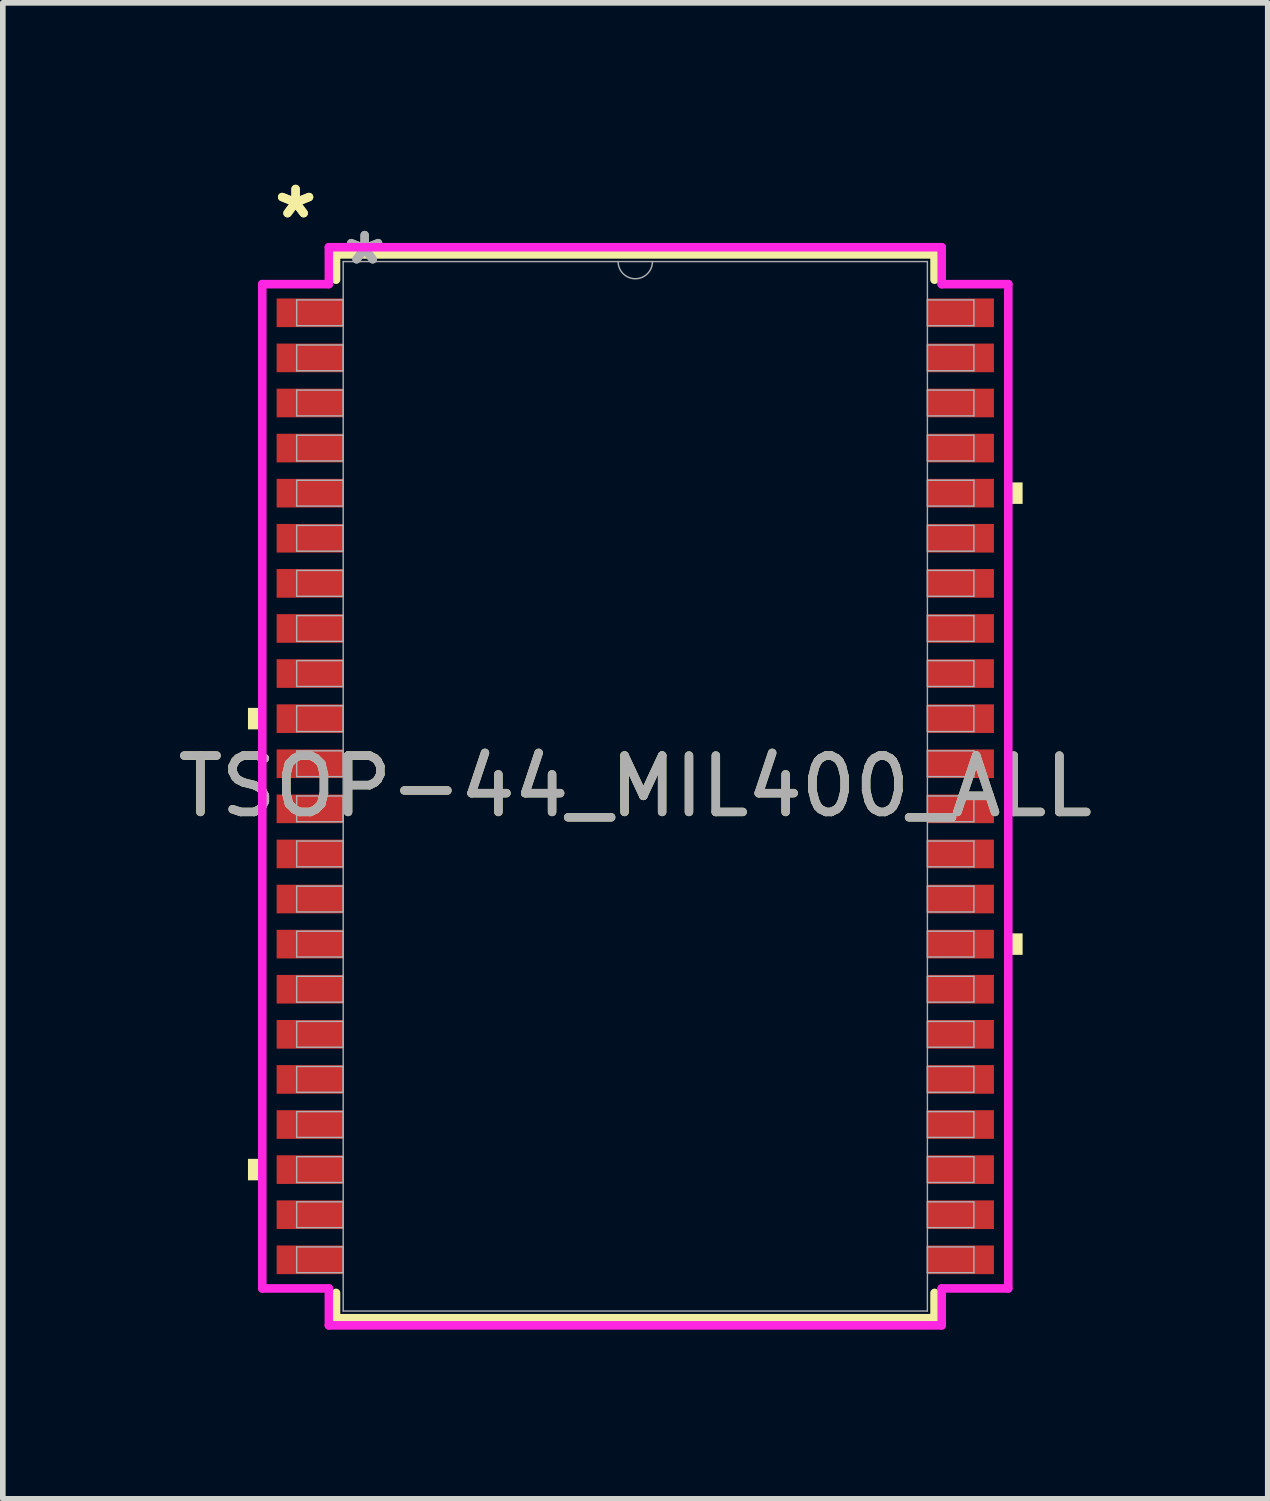
<source format=kicad_pcb>
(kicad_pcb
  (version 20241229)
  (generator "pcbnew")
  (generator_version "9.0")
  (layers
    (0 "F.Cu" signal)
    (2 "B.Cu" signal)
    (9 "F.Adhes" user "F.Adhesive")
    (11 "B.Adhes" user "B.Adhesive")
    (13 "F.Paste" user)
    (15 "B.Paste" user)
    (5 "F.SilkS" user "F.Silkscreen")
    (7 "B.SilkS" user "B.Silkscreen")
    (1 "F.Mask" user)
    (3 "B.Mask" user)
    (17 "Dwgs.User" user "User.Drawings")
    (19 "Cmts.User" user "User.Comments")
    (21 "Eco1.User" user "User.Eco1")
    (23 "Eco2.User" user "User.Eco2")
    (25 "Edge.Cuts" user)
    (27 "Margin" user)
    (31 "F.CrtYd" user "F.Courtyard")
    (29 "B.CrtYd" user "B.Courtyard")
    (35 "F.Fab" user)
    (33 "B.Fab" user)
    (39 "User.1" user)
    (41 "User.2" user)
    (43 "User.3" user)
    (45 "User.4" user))
  (footprint "TSOP-44_MIL400_ALL"
    (layer "F.Cu")
    (at 8.22 10.899)
    (property "Reference" "TSOP-44_MIL400_ALL" (at 0 0 0) (unlocked yes) (layer "F.SilkS") (effects (font (size 1 1) (thickness 0.15))))
    (attr smd)
    (fp_line (start -5.309 -9.436) (end -5.309 -8.987) (stroke (width 0.152) (type solid)) (layer "F.SilkS"))
    (fp_line (start -5.309 8.987) (end -5.309 9.436) (stroke (width 0.152) (type solid)) (layer "F.SilkS"))
    (fp_line (start -5.309 9.436) (end 5.309 9.436) (stroke (width 0.152) (type solid)) (layer "F.SilkS"))
    (fp_line (start 5.309 -9.436) (end -5.309 -9.436) (stroke (width 0.152) (type solid)) (layer "F.SilkS"))
    (fp_line (start 5.309 -8.987) (end 5.309 -9.436) (stroke (width 0.152) (type solid)) (layer "F.SilkS"))
    (fp_line (start 5.309 9.436) (end 5.309 8.987) (stroke (width 0.152) (type solid)) (layer "F.SilkS"))
    (fp_poly (pts (xy -6.871 -1.391) (xy -6.871 -1.01) (xy -6.617 -1.01) (xy -6.617 -1.391)) (stroke (width 0) (type solid)) (fill yes) (layer "F.SilkS"))
    (fp_poly (pts (xy -6.871 6.609) (xy -6.871 6.99) (xy -6.617 6.99) (xy -6.617 6.609)) (stroke (width 0) (type solid)) (fill yes) (layer "F.SilkS"))
    (fp_poly (pts (xy 6.871 -5.391) (xy 6.871 -5.01) (xy 6.617 -5.01) (xy 6.617 -5.391)) (stroke (width 0) (type solid)) (fill yes) (layer "F.SilkS"))
    (fp_poly (pts (xy 6.871 2.609) (xy 6.871 2.99) (xy 6.617 2.99) (xy 6.617 2.609)) (stroke (width 0) (type solid)) (fill yes) (layer "F.SilkS"))
    (fp_line (start -6.617 -8.908) (end -5.436 -8.908) (stroke (width 0.152) (type solid)) (layer "F.CrtYd"))
    (fp_line (start -6.617 8.908) (end -6.617 -8.908) (stroke (width 0.152) (type solid)) (layer "F.CrtYd"))
    (fp_line (start -6.617 8.908) (end -5.436 8.908) (stroke (width 0.152) (type solid)) (layer "F.CrtYd"))
    (fp_line (start -5.436 -9.563) (end 5.436 -9.563) (stroke (width 0.152) (type solid)) (layer "F.CrtYd"))
    (fp_line (start -5.436 -8.908) (end -5.436 -9.563) (stroke (width 0.152) (type solid)) (layer "F.CrtYd"))
    (fp_line (start -5.436 9.563) (end -5.436 8.908) (stroke (width 0.152) (type solid)) (layer "F.CrtYd"))
    (fp_line (start 5.436 -9.563) (end 5.436 -8.908) (stroke (width 0.152) (type solid)) (layer "F.CrtYd"))
    (fp_line (start 5.436 8.908) (end 5.436 9.563) (stroke (width 0.152) (type solid)) (layer "F.CrtYd"))
    (fp_line (start 5.436 9.563) (end -5.436 9.563) (stroke (width 0.152) (type solid)) (layer "F.CrtYd"))
    (fp_line (start 6.617 -8.908) (end 5.436 -8.908) (stroke (width 0.152) (type solid)) (layer "F.CrtYd"))
    (fp_line (start 6.617 -8.908) (end 6.617 8.908) (stroke (width 0.152) (type solid)) (layer "F.CrtYd"))
    (fp_line (start 6.617 8.908) (end 5.436 8.908) (stroke (width 0.152) (type solid)) (layer "F.CrtYd"))
    (fp_line (start -6.007 -8.629) (end -6.007 -8.171) (stroke (width 0.025) (type solid)) (layer "F.Fab"))
    (fp_line (start -6.007 -8.171) (end -5.182 -8.171) (stroke (width 0.025) (type solid)) (layer "F.Fab"))
    (fp_line (start -6.007 -7.829) (end -6.007 -7.371) (stroke (width 0.025) (type solid)) (layer "F.Fab"))
    (fp_line (start -6.007 -7.371) (end -5.182 -7.371) (stroke (width 0.025) (type solid)) (layer "F.Fab"))
    (fp_line (start -6.007 -7.029) (end -6.007 -6.571) (stroke (width 0.025) (type solid)) (layer "F.Fab"))
    (fp_line (start -6.007 -6.571) (end -5.182 -6.571) (stroke (width 0.025) (type solid)) (layer "F.Fab"))
    (fp_line (start -6.007 -6.229) (end -6.007 -5.771) (stroke (width 0.025) (type solid)) (layer "F.Fab"))
    (fp_line (start -6.007 -5.771) (end -5.182 -5.771) (stroke (width 0.025) (type solid)) (layer "F.Fab"))
    (fp_line (start -6.007 -5.429) (end -6.007 -4.971) (stroke (width 0.025) (type solid)) (layer "F.Fab"))
    (fp_line (start -6.007 -4.971) (end -5.182 -4.971) (stroke (width 0.025) (type solid)) (layer "F.Fab"))
    (fp_line (start -6.007 -4.629) (end -6.007 -4.171) (stroke (width 0.025) (type solid)) (layer "F.Fab"))
    (fp_line (start -6.007 -4.171) (end -5.182 -4.171) (stroke (width 0.025) (type solid)) (layer "F.Fab"))
    (fp_line (start -6.007 -3.829) (end -6.007 -3.371) (stroke (width 0.025) (type solid)) (layer "F.Fab"))
    (fp_line (start -6.007 -3.371) (end -5.182 -3.371) (stroke (width 0.025) (type solid)) (layer "F.Fab"))
    (fp_line (start -6.007 -3.029) (end -6.007 -2.571) (stroke (width 0.025) (type solid)) (layer "F.Fab"))
    (fp_line (start -6.007 -2.571) (end -5.182 -2.571) (stroke (width 0.025) (type solid)) (layer "F.Fab"))
    (fp_line (start -6.007 -2.229) (end -6.007 -1.771) (stroke (width 0.025) (type solid)) (layer "F.Fab"))
    (fp_line (start -6.007 -1.771) (end -5.182 -1.771) (stroke (width 0.025) (type solid)) (layer "F.Fab"))
    (fp_line (start -6.007 -1.429) (end -6.007 -0.971) (stroke (width 0.025) (type solid)) (layer "F.Fab"))
    (fp_line (start -6.007 -0.971) (end -5.182 -0.971) (stroke (width 0.025) (type solid)) (layer "F.Fab"))
    (fp_line (start -6.007 -0.629) (end -6.007 -0.171) (stroke (width 0.025) (type solid)) (layer "F.Fab"))
    (fp_line (start -6.007 -0.171) (end -5.182 -0.171) (stroke (width 0.025) (type solid)) (layer "F.Fab"))
    (fp_line (start -6.007 0.171) (end -6.007 0.629) (stroke (width 0.025) (type solid)) (layer "F.Fab"))
    (fp_line (start -6.007 0.629) (end -5.182 0.629) (stroke (width 0.025) (type solid)) (layer "F.Fab"))
    (fp_line (start -6.007 0.971) (end -6.007 1.429) (stroke (width 0.025) (type solid)) (layer "F.Fab"))
    (fp_line (start -6.007 1.429) (end -5.182 1.429) (stroke (width 0.025) (type solid)) (layer "F.Fab"))
    (fp_line (start -6.007 1.771) (end -6.007 2.229) (stroke (width 0.025) (type solid)) (layer "F.Fab"))
    (fp_line (start -6.007 2.229) (end -5.182 2.229) (stroke (width 0.025) (type solid)) (layer "F.Fab"))
    (fp_line (start -6.007 2.571) (end -6.007 3.029) (stroke (width 0.025) (type solid)) (layer "F.Fab"))
    (fp_line (start -6.007 3.029) (end -5.182 3.029) (stroke (width 0.025) (type solid)) (layer "F.Fab"))
    (fp_line (start -6.007 3.371) (end -6.007 3.829) (stroke (width 0.025) (type solid)) (layer "F.Fab"))
    (fp_line (start -6.007 3.829) (end -5.182 3.829) (stroke (width 0.025) (type solid)) (layer "F.Fab"))
    (fp_line (start -6.007 4.171) (end -6.007 4.629) (stroke (width 0.025) (type solid)) (layer "F.Fab"))
    (fp_line (start -6.007 4.629) (end -5.182 4.629) (stroke (width 0.025) (type solid)) (layer "F.Fab"))
    (fp_line (start -6.007 4.971) (end -6.007 5.429) (stroke (width 0.025) (type solid)) (layer "F.Fab"))
    (fp_line (start -6.007 5.429) (end -5.182 5.429) (stroke (width 0.025) (type solid)) (layer "F.Fab"))
    (fp_line (start -6.007 5.771) (end -6.007 6.229) (stroke (width 0.025) (type solid)) (layer "F.Fab"))
    (fp_line (start -6.007 6.229) (end -5.182 6.229) (stroke (width 0.025) (type solid)) (layer "F.Fab"))
    (fp_line (start -6.007 6.571) (end -6.007 7.029) (stroke (width 0.025) (type solid)) (layer "F.Fab"))
    (fp_line (start -6.007 7.029) (end -5.182 7.029) (stroke (width 0.025) (type solid)) (layer "F.Fab"))
    (fp_line (start -6.007 7.371) (end -6.007 7.829) (stroke (width 0.025) (type solid)) (layer "F.Fab"))
    (fp_line (start -6.007 7.829) (end -5.182 7.829) (stroke (width 0.025) (type solid)) (layer "F.Fab"))
    (fp_line (start -6.007 8.171) (end -6.007 8.629) (stroke (width 0.025) (type solid)) (layer "F.Fab"))
    (fp_line (start -6.007 8.629) (end -5.182 8.629) (stroke (width 0.025) (type solid)) (layer "F.Fab"))
    (fp_line (start -5.182 -9.309) (end -5.182 9.309) (stroke (width 0.025) (type solid)) (layer "F.Fab"))
    (fp_line (start -5.182 -8.629) (end -6.007 -8.629) (stroke (width 0.025) (type solid)) (layer "F.Fab"))
    (fp_line (start -5.182 -8.171) (end -5.182 -8.629) (stroke (width 0.025) (type solid)) (layer "F.Fab"))
    (fp_line (start -5.182 -7.829) (end -6.007 -7.829) (stroke (width 0.025) (type solid)) (layer "F.Fab"))
    (fp_line (start -5.182 -7.371) (end -5.182 -7.829) (stroke (width 0.025) (type solid)) (layer "F.Fab"))
    (fp_line (start -5.182 -7.029) (end -6.007 -7.029) (stroke (width 0.025) (type solid)) (layer "F.Fab"))
    (fp_line (start -5.182 -6.571) (end -5.182 -7.029) (stroke (width 0.025) (type solid)) (layer "F.Fab"))
    (fp_line (start -5.182 -6.229) (end -6.007 -6.229) (stroke (width 0.025) (type solid)) (layer "F.Fab"))
    (fp_line (start -5.182 -5.771) (end -5.182 -6.229) (stroke (width 0.025) (type solid)) (layer "F.Fab"))
    (fp_line (start -5.182 -5.429) (end -6.007 -5.429) (stroke (width 0.025) (type solid)) (layer "F.Fab"))
    (fp_line (start -5.182 -4.971) (end -5.182 -5.429) (stroke (width 0.025) (type solid)) (layer "F.Fab"))
    (fp_line (start -5.182 -4.629) (end -6.007 -4.629) (stroke (width 0.025) (type solid)) (layer "F.Fab"))
    (fp_line (start -5.182 -4.171) (end -5.182 -4.629) (stroke (width 0.025) (type solid)) (layer "F.Fab"))
    (fp_line (start -5.182 -3.829) (end -6.007 -3.829) (stroke (width 0.025) (type solid)) (layer "F.Fab"))
    (fp_line (start -5.182 -3.371) (end -5.182 -3.829) (stroke (width 0.025) (type solid)) (layer "F.Fab"))
    (fp_line (start -5.182 -3.029) (end -6.007 -3.029) (stroke (width 0.025) (type solid)) (layer "F.Fab"))
    (fp_line (start -5.182 -2.571) (end -5.182 -3.029) (stroke (width 0.025) (type solid)) (layer "F.Fab"))
    (fp_line (start -5.182 -2.229) (end -6.007 -2.229) (stroke (width 0.025) (type solid)) (layer "F.Fab"))
    (fp_line (start -5.182 -1.771) (end -5.182 -2.229) (stroke (width 0.025) (type solid)) (layer "F.Fab"))
    (fp_line (start -5.182 -1.429) (end -6.007 -1.429) (stroke (width 0.025) (type solid)) (layer "F.Fab"))
    (fp_line (start -5.182 -0.971) (end -5.182 -1.429) (stroke (width 0.025) (type solid)) (layer "F.Fab"))
    (fp_line (start -5.182 -0.629) (end -6.007 -0.629) (stroke (width 0.025) (type solid)) (layer "F.Fab"))
    (fp_line (start -5.182 -0.171) (end -5.182 -0.629) (stroke (width 0.025) (type solid)) (layer "F.Fab"))
    (fp_line (start -5.182 0.171) (end -6.007 0.171) (stroke (width 0.025) (type solid)) (layer "F.Fab"))
    (fp_line (start -5.182 0.629) (end -5.182 0.171) (stroke (width 0.025) (type solid)) (layer "F.Fab"))
    (fp_line (start -5.182 0.971) (end -6.007 0.971) (stroke (width 0.025) (type solid)) (layer "F.Fab"))
    (fp_line (start -5.182 1.429) (end -5.182 0.971) (stroke (width 0.025) (type solid)) (layer "F.Fab"))
    (fp_line (start -5.182 1.771) (end -6.007 1.771) (stroke (width 0.025) (type solid)) (layer "F.Fab"))
    (fp_line (start -5.182 2.229) (end -5.182 1.771) (stroke (width 0.025) (type solid)) (layer "F.Fab"))
    (fp_line (start -5.182 2.571) (end -6.007 2.571) (stroke (width 0.025) (type solid)) (layer "F.Fab"))
    (fp_line (start -5.182 3.029) (end -5.182 2.571) (stroke (width 0.025) (type solid)) (layer "F.Fab"))
    (fp_line (start -5.182 3.371) (end -6.007 3.371) (stroke (width 0.025) (type solid)) (layer "F.Fab"))
    (fp_line (start -5.182 3.829) (end -5.182 3.371) (stroke (width 0.025) (type solid)) (layer "F.Fab"))
    (fp_line (start -5.182 4.171) (end -6.007 4.171) (stroke (width 0.025) (type solid)) (layer "F.Fab"))
    (fp_line (start -5.182 4.629) (end -5.182 4.171) (stroke (width 0.025) (type solid)) (layer "F.Fab"))
    (fp_line (start -5.182 4.971) (end -6.007 4.971) (stroke (width 0.025) (type solid)) (layer "F.Fab"))
    (fp_line (start -5.182 5.429) (end -5.182 4.971) (stroke (width 0.025) (type solid)) (layer "F.Fab"))
    (fp_line (start -5.182 5.771) (end -6.007 5.771) (stroke (width 0.025) (type solid)) (layer "F.Fab"))
    (fp_line (start -5.182 6.229) (end -5.182 5.771) (stroke (width 0.025) (type solid)) (layer "F.Fab"))
    (fp_line (start -5.182 6.571) (end -6.007 6.571) (stroke (width 0.025) (type solid)) (layer "F.Fab"))
    (fp_line (start -5.182 7.029) (end -5.182 6.571) (stroke (width 0.025) (type solid)) (layer "F.Fab"))
    (fp_line (start -5.182 7.371) (end -6.007 7.371) (stroke (width 0.025) (type solid)) (layer "F.Fab"))
    (fp_line (start -5.182 7.829) (end -5.182 7.371) (stroke (width 0.025) (type solid)) (layer "F.Fab"))
    (fp_line (start -5.182 8.171) (end -6.007 8.171) (stroke (width 0.025) (type solid)) (layer "F.Fab"))
    (fp_line (start -5.182 8.629) (end -5.182 8.171) (stroke (width 0.025) (type solid)) (layer "F.Fab"))
    (fp_line (start -5.182 9.309) (end 5.182 9.309) (stroke (width 0.025) (type solid)) (layer "F.Fab"))
    (fp_line (start 5.182 -9.309) (end -5.182 -9.309) (stroke (width 0.025) (type solid)) (layer "F.Fab"))
    (fp_line (start 5.182 -8.629) (end 5.182 -8.171) (stroke (width 0.025) (type solid)) (layer "F.Fab"))
    (fp_line (start 5.182 -8.171) (end 6.007 -8.171) (stroke (width 0.025) (type solid)) (layer "F.Fab"))
    (fp_line (start 5.182 -7.829) (end 5.182 -7.371) (stroke (width 0.025) (type solid)) (layer "F.Fab"))
    (fp_line (start 5.182 -7.371) (end 6.007 -7.371) (stroke (width 0.025) (type solid)) (layer "F.Fab"))
    (fp_line (start 5.182 -7.029) (end 5.182 -6.571) (stroke (width 0.025) (type solid)) (layer "F.Fab"))
    (fp_line (start 5.182 -6.571) (end 6.007 -6.571) (stroke (width 0.025) (type solid)) (layer "F.Fab"))
    (fp_line (start 5.182 -6.229) (end 5.182 -5.771) (stroke (width 0.025) (type solid)) (layer "F.Fab"))
    (fp_line (start 5.182 -5.771) (end 6.007 -5.771) (stroke (width 0.025) (type solid)) (layer "F.Fab"))
    (fp_line (start 5.182 -5.429) (end 5.182 -4.971) (stroke (width 0.025) (type solid)) (layer "F.Fab"))
    (fp_line (start 5.182 -4.971) (end 6.007 -4.971) (stroke (width 0.025) (type solid)) (layer "F.Fab"))
    (fp_line (start 5.182 -4.629) (end 5.182 -4.171) (stroke (width 0.025) (type solid)) (layer "F.Fab"))
    (fp_line (start 5.182 -4.171) (end 6.007 -4.171) (stroke (width 0.025) (type solid)) (layer "F.Fab"))
    (fp_line (start 5.182 -3.829) (end 5.182 -3.371) (stroke (width 0.025) (type solid)) (layer "F.Fab"))
    (fp_line (start 5.182 -3.371) (end 6.007 -3.371) (stroke (width 0.025) (type solid)) (layer "F.Fab"))
    (fp_line (start 5.182 -3.029) (end 5.182 -2.571) (stroke (width 0.025) (type solid)) (layer "F.Fab"))
    (fp_line (start 5.182 -2.571) (end 6.007 -2.571) (stroke (width 0.025) (type solid)) (layer "F.Fab"))
    (fp_line (start 5.182 -2.229) (end 5.182 -1.771) (stroke (width 0.025) (type solid)) (layer "F.Fab"))
    (fp_line (start 5.182 -1.771) (end 6.007 -1.771) (stroke (width 0.025) (type solid)) (layer "F.Fab"))
    (fp_line (start 5.182 -1.429) (end 5.182 -0.971) (stroke (width 0.025) (type solid)) (layer "F.Fab"))
    (fp_line (start 5.182 -0.971) (end 6.007 -0.971) (stroke (width 0.025) (type solid)) (layer "F.Fab"))
    (fp_line (start 5.182 -0.629) (end 5.182 -0.171) (stroke (width 0.025) (type solid)) (layer "F.Fab"))
    (fp_line (start 5.182 -0.171) (end 6.007 -0.171) (stroke (width 0.025) (type solid)) (layer "F.Fab"))
    (fp_line (start 5.182 0.171) (end 5.182 0.629) (stroke (width 0.025) (type solid)) (layer "F.Fab"))
    (fp_line (start 5.182 0.629) (end 6.007 0.629) (stroke (width 0.025) (type solid)) (layer "F.Fab"))
    (fp_line (start 5.182 0.971) (end 5.182 1.429) (stroke (width 0.025) (type solid)) (layer "F.Fab"))
    (fp_line (start 5.182 1.429) (end 6.007 1.429) (stroke (width 0.025) (type solid)) (layer "F.Fab"))
    (fp_line (start 5.182 1.771) (end 5.182 2.229) (stroke (width 0.025) (type solid)) (layer "F.Fab"))
    (fp_line (start 5.182 2.229) (end 6.007 2.229) (stroke (width 0.025) (type solid)) (layer "F.Fab"))
    (fp_line (start 5.182 2.571) (end 5.182 3.029) (stroke (width 0.025) (type solid)) (layer "F.Fab"))
    (fp_line (start 5.182 3.029) (end 6.007 3.029) (stroke (width 0.025) (type solid)) (layer "F.Fab"))
    (fp_line (start 5.182 3.371) (end 5.182 3.829) (stroke (width 0.025) (type solid)) (layer "F.Fab"))
    (fp_line (start 5.182 3.829) (end 6.007 3.829) (stroke (width 0.025) (type solid)) (layer "F.Fab"))
    (fp_line (start 5.182 4.171) (end 5.182 4.629) (stroke (width 0.025) (type solid)) (layer "F.Fab"))
    (fp_line (start 5.182 4.629) (end 6.007 4.629) (stroke (width 0.025) (type solid)) (layer "F.Fab"))
    (fp_line (start 5.182 4.971) (end 5.182 5.429) (stroke (width 0.025) (type solid)) (layer "F.Fab"))
    (fp_line (start 5.182 5.429) (end 6.007 5.429) (stroke (width 0.025) (type solid)) (layer "F.Fab"))
    (fp_line (start 5.182 5.771) (end 5.182 6.229) (stroke (width 0.025) (type solid)) (layer "F.Fab"))
    (fp_line (start 5.182 6.229) (end 6.007 6.229) (stroke (width 0.025) (type solid)) (layer "F.Fab"))
    (fp_line (start 5.182 6.571) (end 5.182 7.029) (stroke (width 0.025) (type solid)) (layer "F.Fab"))
    (fp_line (start 5.182 7.029) (end 6.007 7.029) (stroke (width 0.025) (type solid)) (layer "F.Fab"))
    (fp_line (start 5.182 7.371) (end 5.182 7.829) (stroke (width 0.025) (type solid)) (layer "F.Fab"))
    (fp_line (start 5.182 7.829) (end 6.007 7.829) (stroke (width 0.025) (type solid)) (layer "F.Fab"))
    (fp_line (start 5.182 8.171) (end 5.182 8.629) (stroke (width 0.025) (type solid)) (layer "F.Fab"))
    (fp_line (start 5.182 8.629) (end 6.007 8.629) (stroke (width 0.025) (type solid)) (layer "F.Fab"))
    (fp_line (start 5.182 9.309) (end 5.182 -9.309) (stroke (width 0.025) (type solid)) (layer "F.Fab"))
    (fp_line (start 6.007 -8.629) (end 5.182 -8.629) (stroke (width 0.025) (type solid)) (layer "F.Fab"))
    (fp_line (start 6.007 -8.171) (end 6.007 -8.629) (stroke (width 0.025) (type solid)) (layer "F.Fab"))
    (fp_line (start 6.007 -7.829) (end 5.182 -7.829) (stroke (width 0.025) (type solid)) (layer "F.Fab"))
    (fp_line (start 6.007 -7.371) (end 6.007 -7.829) (stroke (width 0.025) (type solid)) (layer "F.Fab"))
    (fp_line (start 6.007 -7.029) (end 5.182 -7.029) (stroke (width 0.025) (type solid)) (layer "F.Fab"))
    (fp_line (start 6.007 -6.571) (end 6.007 -7.029) (stroke (width 0.025) (type solid)) (layer "F.Fab"))
    (fp_line (start 6.007 -6.229) (end 5.182 -6.229) (stroke (width 0.025) (type solid)) (layer "F.Fab"))
    (fp_line (start 6.007 -5.771) (end 6.007 -6.229) (stroke (width 0.025) (type solid)) (layer "F.Fab"))
    (fp_line (start 6.007 -5.429) (end 5.182 -5.429) (stroke (width 0.025) (type solid)) (layer "F.Fab"))
    (fp_line (start 6.007 -4.971) (end 6.007 -5.429) (stroke (width 0.025) (type solid)) (layer "F.Fab"))
    (fp_line (start 6.007 -4.629) (end 5.182 -4.629) (stroke (width 0.025) (type solid)) (layer "F.Fab"))
    (fp_line (start 6.007 -4.171) (end 6.007 -4.629) (stroke (width 0.025) (type solid)) (layer "F.Fab"))
    (fp_line (start 6.007 -3.829) (end 5.182 -3.829) (stroke (width 0.025) (type solid)) (layer "F.Fab"))
    (fp_line (start 6.007 -3.371) (end 6.007 -3.829) (stroke (width 0.025) (type solid)) (layer "F.Fab"))
    (fp_line (start 6.007 -3.029) (end 5.182 -3.029) (stroke (width 0.025) (type solid)) (layer "F.Fab"))
    (fp_line (start 6.007 -2.571) (end 6.007 -3.029) (stroke (width 0.025) (type solid)) (layer "F.Fab"))
    (fp_line (start 6.007 -2.229) (end 5.182 -2.229) (stroke (width 0.025) (type solid)) (layer "F.Fab"))
    (fp_line (start 6.007 -1.771) (end 6.007 -2.229) (stroke (width 0.025) (type solid)) (layer "F.Fab"))
    (fp_line (start 6.007 -1.429) (end 5.182 -1.429) (stroke (width 0.025) (type solid)) (layer "F.Fab"))
    (fp_line (start 6.007 -0.971) (end 6.007 -1.429) (stroke (width 0.025) (type solid)) (layer "F.Fab"))
    (fp_line (start 6.007 -0.629) (end 5.182 -0.629) (stroke (width 0.025) (type solid)) (layer "F.Fab"))
    (fp_line (start 6.007 -0.171) (end 6.007 -0.629) (stroke (width 0.025) (type solid)) (layer "F.Fab"))
    (fp_line (start 6.007 0.171) (end 5.182 0.171) (stroke (width 0.025) (type solid)) (layer "F.Fab"))
    (fp_line (start 6.007 0.629) (end 6.007 0.171) (stroke (width 0.025) (type solid)) (layer "F.Fab"))
    (fp_line (start 6.007 0.971) (end 5.182 0.971) (stroke (width 0.025) (type solid)) (layer "F.Fab"))
    (fp_line (start 6.007 1.429) (end 6.007 0.971) (stroke (width 0.025) (type solid)) (layer "F.Fab"))
    (fp_line (start 6.007 1.771) (end 5.182 1.771) (stroke (width 0.025) (type solid)) (layer "F.Fab"))
    (fp_line (start 6.007 2.229) (end 6.007 1.771) (stroke (width 0.025) (type solid)) (layer "F.Fab"))
    (fp_line (start 6.007 2.571) (end 5.182 2.571) (stroke (width 0.025) (type solid)) (layer "F.Fab"))
    (fp_line (start 6.007 3.029) (end 6.007 2.571) (stroke (width 0.025) (type solid)) (layer "F.Fab"))
    (fp_line (start 6.007 3.371) (end 5.182 3.371) (stroke (width 0.025) (type solid)) (layer "F.Fab"))
    (fp_line (start 6.007 3.829) (end 6.007 3.371) (stroke (width 0.025) (type solid)) (layer "F.Fab"))
    (fp_line (start 6.007 4.171) (end 5.182 4.171) (stroke (width 0.025) (type solid)) (layer "F.Fab"))
    (fp_line (start 6.007 4.629) (end 6.007 4.171) (stroke (width 0.025) (type solid)) (layer "F.Fab"))
    (fp_line (start 6.007 4.971) (end 5.182 4.971) (stroke (width 0.025) (type solid)) (layer "F.Fab"))
    (fp_line (start 6.007 5.429) (end 6.007 4.971) (stroke (width 0.025) (type solid)) (layer "F.Fab"))
    (fp_line (start 6.007 5.771) (end 5.182 5.771) (stroke (width 0.025) (type solid)) (layer "F.Fab"))
    (fp_line (start 6.007 6.229) (end 6.007 5.771) (stroke (width 0.025) (type solid)) (layer "F.Fab"))
    (fp_line (start 6.007 6.571) (end 5.182 6.571) (stroke (width 0.025) (type solid)) (layer "F.Fab"))
    (fp_line (start 6.007 7.029) (end 6.007 6.571) (stroke (width 0.025) (type solid)) (layer "F.Fab"))
    (fp_line (start 6.007 7.371) (end 5.182 7.371) (stroke (width 0.025) (type solid)) (layer "F.Fab"))
    (fp_line (start 6.007 7.829) (end 6.007 7.371) (stroke (width 0.025) (type solid)) (layer "F.Fab"))
    (fp_line (start 6.007 8.171) (end 5.182 8.171) (stroke (width 0.025) (type solid)) (layer "F.Fab"))
    (fp_line (start 6.007 8.629) (end 6.007 8.171) (stroke (width 0.025) (type solid)) (layer "F.Fab"))
    (fp_arc (start 0.3048 -9.3091) (mid 0 -9.0043) (end -0.3048 -9.3091) (stroke (width 0.0254) (type solid)) (layer "F.Fab"))
    (fp_text user "*" (at -6.026 -10.051 0) (layer "F.SilkS") (effects (font (size 1 1) (thickness 0.15))))
    (fp_text user "*" (at -6.026 -10.051 0) (unlocked yes) (layer "F.SilkS") (effects (font (size 1 1) (thickness 0.15))))
    (fp_text user "${REFERENCE}" (at 0 0 0) (unlocked yes) (layer "F.Fab") (effects (font (size 1 1) (thickness 0.15))))
    (fp_text user "*" (at -4.801 -9.233 0) (unlocked yes) (layer "F.Fab") (effects (font (size 1 1) (thickness 0.15))))
    (fp_text user "*" (at -4.801 -9.233 0) (layer "F.Fab") (effects (font (size 1 1) (thickness 0.15))))
    (pad "1" smd rect (at -5.772 -8.4) (size 1.181 0.508) (layers "F.Cu" "F.Mask" "F.Paste"))
    (pad "2" smd rect (at -5.772 -7.6) (size 1.181 0.508) (layers "F.Cu" "F.Mask" "F.Paste"))
    (pad "3" smd rect (at -5.772 -6.8) (size 1.181 0.508) (layers "F.Cu" "F.Mask" "F.Paste"))
    (pad "4" smd rect (at -5.772 -6) (size 1.181 0.508) (layers "F.Cu" "F.Mask" "F.Paste"))
    (pad "5" smd rect (at -5.772 -5.2) (size 1.181 0.508) (layers "F.Cu" "F.Mask" "F.Paste"))
    (pad "6" smd rect (at -5.772 -4.4) (size 1.181 0.508) (layers "F.Cu" "F.Mask" "F.Paste"))
    (pad "7" smd rect (at -5.772 -3.6) (size 1.181 0.508) (layers "F.Cu" "F.Mask" "F.Paste"))
    (pad "8" smd rect (at -5.772 -2.8) (size 1.181 0.508) (layers "F.Cu" "F.Mask" "F.Paste"))
    (pad "9" smd rect (at -5.772 -2) (size 1.181 0.508) (layers "F.Cu" "F.Mask" "F.Paste"))
    (pad "10" smd rect (at -5.772 -1.2) (size 1.181 0.508) (layers "F.Cu" "F.Mask" "F.Paste"))
    (pad "11" smd rect (at -5.772 -0.4) (size 1.181 0.508) (layers "F.Cu" "F.Mask" "F.Paste"))
    (pad "12" smd rect (at -5.772 0.4) (size 1.181 0.508) (layers "F.Cu" "F.Mask" "F.Paste"))
    (pad "13" smd rect (at -5.772 1.2) (size 1.181 0.508) (layers "F.Cu" "F.Mask" "F.Paste"))
    (pad "14" smd rect (at -5.772 2) (size 1.181 0.508) (layers "F.Cu" "F.Mask" "F.Paste"))
    (pad "15" smd rect (at -5.772 2.8) (size 1.181 0.508) (layers "F.Cu" "F.Mask" "F.Paste"))
    (pad "16" smd rect (at -5.772 3.6) (size 1.181 0.508) (layers "F.Cu" "F.Mask" "F.Paste"))
    (pad "17" smd rect (at -5.772 4.4) (size 1.181 0.508) (layers "F.Cu" "F.Mask" "F.Paste"))
    (pad "18" smd rect (at -5.772 5.2) (size 1.181 0.508) (layers "F.Cu" "F.Mask" "F.Paste"))
    (pad "19" smd rect (at -5.772 6) (size 1.181 0.508) (layers "F.Cu" "F.Mask" "F.Paste"))
    (pad "20" smd rect (at -5.772 6.8) (size 1.181 0.508) (layers "F.Cu" "F.Mask" "F.Paste"))
    (pad "21" smd rect (at -5.772 7.6) (size 1.181 0.508) (layers "F.Cu" "F.Mask" "F.Paste"))
    (pad "22" smd rect (at -5.772 8.4) (size 1.181 0.508) (layers "F.Cu" "F.Mask" "F.Paste"))
    (pad "23" smd rect (at 5.772 8.4) (size 1.181 0.508) (layers "F.Cu" "F.Mask" "F.Paste"))
    (pad "24" smd rect (at 5.772 7.6) (size 1.181 0.508) (layers "F.Cu" "F.Mask" "F.Paste"))
    (pad "25" smd rect (at 5.772 6.8) (size 1.181 0.508) (layers "F.Cu" "F.Mask" "F.Paste"))
    (pad "26" smd rect (at 5.772 6) (size 1.181 0.508) (layers "F.Cu" "F.Mask" "F.Paste"))
    (pad "27" smd rect (at 5.772 5.2) (size 1.181 0.508) (layers "F.Cu" "F.Mask" "F.Paste"))
    (pad "28" smd rect (at 5.772 4.4) (size 1.181 0.508) (layers "F.Cu" "F.Mask" "F.Paste"))
    (pad "29" smd rect (at 5.772 3.6) (size 1.181 0.508) (layers "F.Cu" "F.Mask" "F.Paste"))
    (pad "30" smd rect (at 5.772 2.8) (size 1.181 0.508) (layers "F.Cu" "F.Mask" "F.Paste"))
    (pad "31" smd rect (at 5.772 2) (size 1.181 0.508) (layers "F.Cu" "F.Mask" "F.Paste"))
    (pad "32" smd rect (at 5.772 1.2) (size 1.181 0.508) (layers "F.Cu" "F.Mask" "F.Paste"))
    (pad "33" smd rect (at 5.772 0.4) (size 1.181 0.508) (layers "F.Cu" "F.Mask" "F.Paste"))
    (pad "34" smd rect (at 5.772 -0.4) (size 1.181 0.508) (layers "F.Cu" "F.Mask" "F.Paste"))
    (pad "35" smd rect (at 5.772 -1.2) (size 1.181 0.508) (layers "F.Cu" "F.Mask" "F.Paste"))
    (pad "36" smd rect (at 5.772 -2) (size 1.181 0.508) (layers "F.Cu" "F.Mask" "F.Paste"))
    (pad "37" smd rect (at 5.772 -2.8) (size 1.181 0.508) (layers "F.Cu" "F.Mask" "F.Paste"))
    (pad "38" smd rect (at 5.772 -3.6) (size 1.181 0.508) (layers "F.Cu" "F.Mask" "F.Paste"))
    (pad "39" smd rect (at 5.772 -4.4) (size 1.181 0.508) (layers "F.Cu" "F.Mask" "F.Paste"))
    (pad "40" smd rect (at 5.772 -5.2) (size 1.181 0.508) (layers "F.Cu" "F.Mask" "F.Paste"))
    (pad "41" smd rect (at 5.772 -6) (size 1.181 0.508) (layers "F.Cu" "F.Mask" "F.Paste"))
    (pad "42" smd rect (at 5.772 -6.8) (size 1.181 0.508) (layers "F.Cu" "F.Mask" "F.Paste"))
    (pad "43" smd rect (at 5.772 -7.6) (size 1.181 0.508) (layers "F.Cu" "F.Mask" "F.Paste"))
    (pad "44" smd rect (at 5.772 -8.4) (size 1.181 0.508) (layers "F.Cu" "F.Mask" "F.Paste")))
  (gr_rect
    (start -3 -3)
    (end 19.44 23.539)
    (stroke (width 0.1) (type default))
    (fill no)
    (layer "Edge.Cuts")))
</source>
